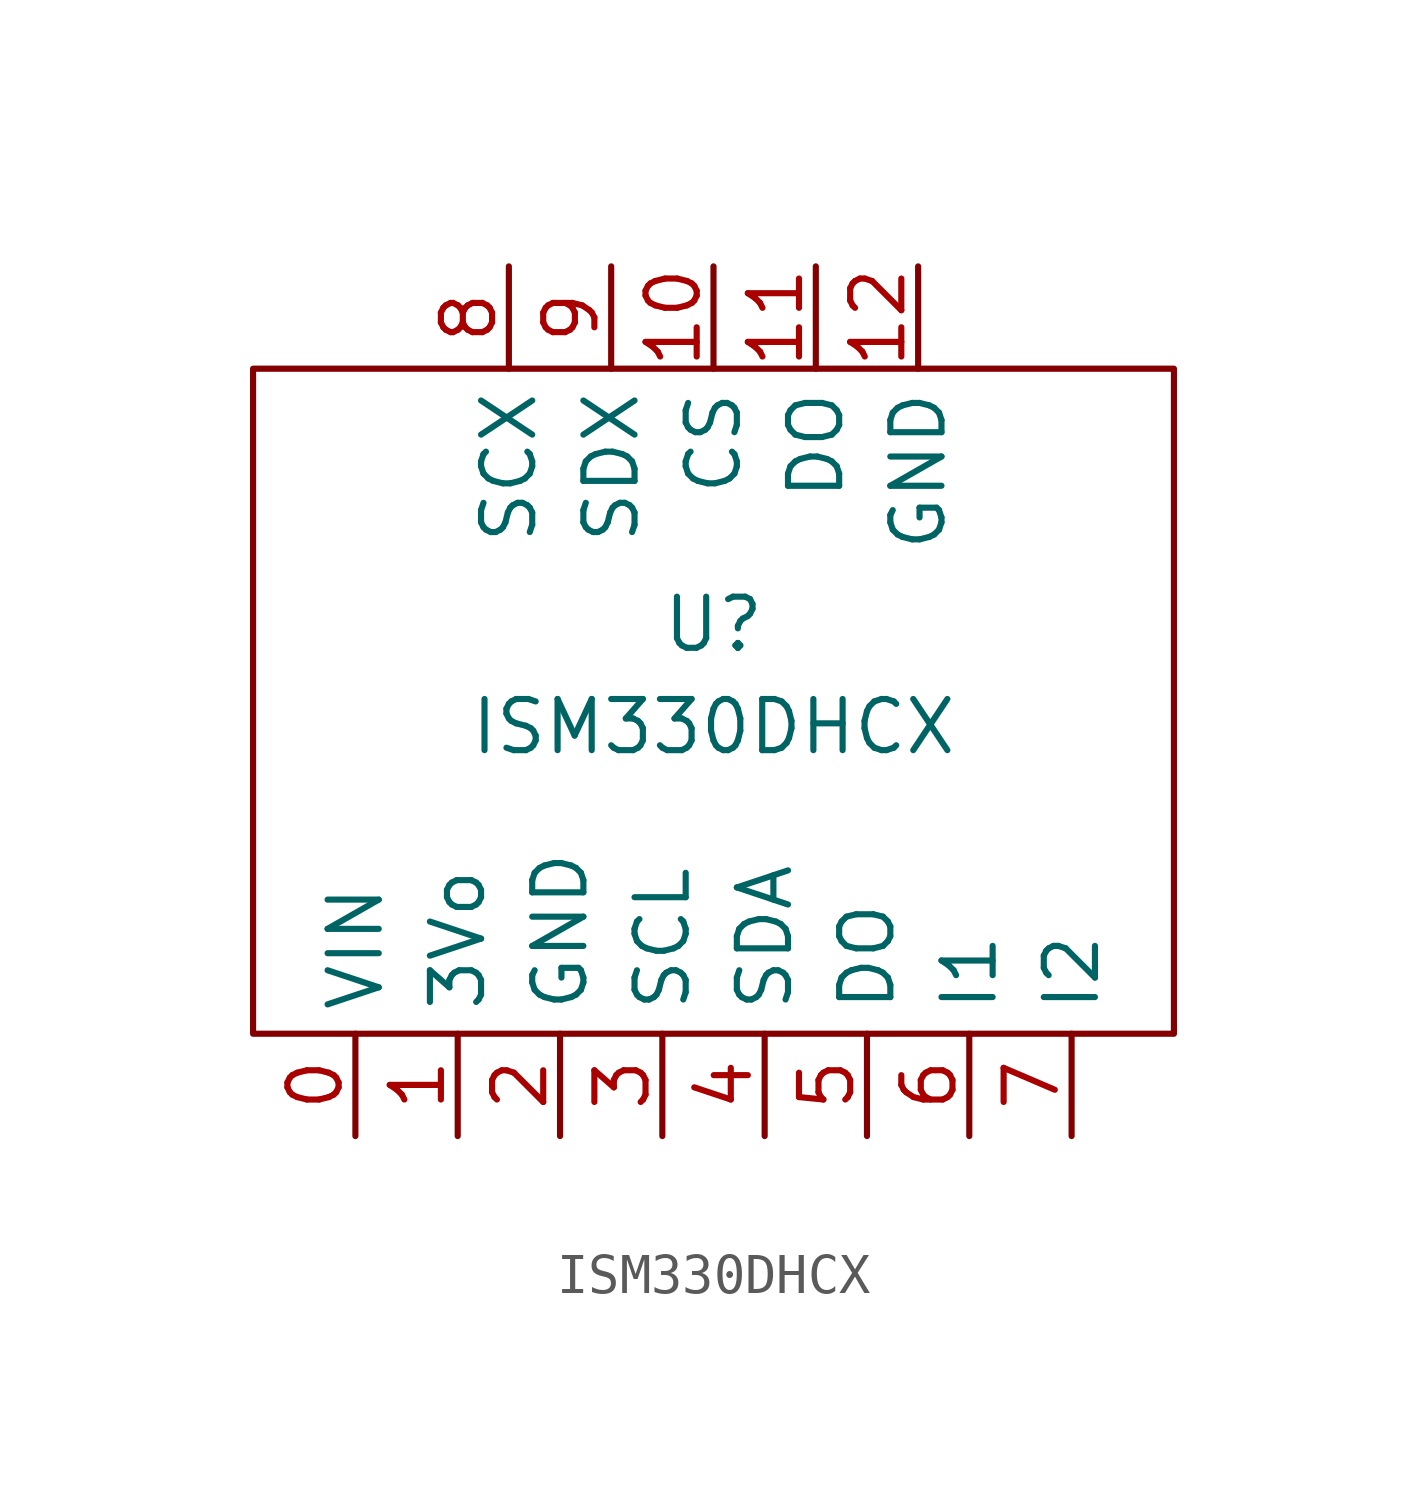
<source format=kicad_sym>
(kicad_symbol_lib
  (version 20211014)
  (generator kicad_symbol_editor)
  (symbol "ISM330DHCX"
    (property "Reference" "U"
      (at 0 2.54 0)
      (effects (font (size 1.27 1.27))))
    (property "Value" "ISM330DHCX"
      (at 0 0 0)
      (effects (font (size 1.27 1.27))))
    (symbol "ISM330DHCX_0_1"
      (rectangle (start -11.43 8.89) (end 11.43 -7.62) (stroke (width 0) (type default) (color 0 0 0 0)) (fill (type none))))
    (symbol "ISM330DHCX_1_1"
      (pin input line (at -8.89 -10.16 90) (length 2.54) (name "VIN" (effects (font (size 1.27 1.27)))) (number "0" (effects (font (size 1.27 1.27)))))
      (pin input line (at -6.35 -10.16 90) (length 2.54) (name "3Vo" (effects (font (size 1.27 1.27)))) (number "1" (effects (font (size 1.27 1.27)))))
      (pin input line (at 0 11.43 270) (length 2.54) (name "CS" (effects (font (size 1.27 1.27)))) (number "10" (effects (font (size 1.27 1.27)))))
      (pin input line (at 2.54 11.43 270) (length 2.54) (name "DO" (effects (font (size 1.27 1.27)))) (number "11" (effects (font (size 1.27 1.27)))))
      (pin output line (at 5.08 11.43 270) (length 2.54) (name "GND" (effects (font (size 1.27 1.27)))) (number "12" (effects (font (size 1.27 1.27)))))
      (pin input line (at -3.81 -10.16 90) (length 2.54) (name "GND" (effects (font (size 1.27 1.27)))) (number "2" (effects (font (size 1.27 1.27)))))
      (pin input line (at -1.27 -10.16 90) (length 2.54) (name "SCL" (effects (font (size 1.27 1.27)))) (number "3" (effects (font (size 1.27 1.27)))))
      (pin output line (at 1.27 -10.16 90) (length 2.54) (name "SDA" (effects (font (size 1.27 1.27)))) (number "4" (effects (font (size 1.27 1.27)))))
      (pin input line (at 3.81 -10.16 90) (length 2.54) (name "DO" (effects (font (size 1.27 1.27)))) (number "5" (effects (font (size 1.27 1.27)))))
      (pin input line (at 6.35 -10.16 90) (length 2.54) (name "I1" (effects (font (size 1.27 1.27)))) (number "6" (effects (font (size 1.27 1.27)))))
      (pin input line (at 8.89 -10.16 90) (length 2.54) (name "I2" (effects (font (size 1.27 1.27)))) (number "7" (effects (font (size 1.27 1.27)))))
      (pin input line (at -5.08 11.43 270) (length 2.54) (name "SCX" (effects (font (size 1.27 1.27)))) (number "8" (effects (font (size 1.27 1.27)))))
      (pin input line (at -2.54 11.43 270) (length 2.54) (name "SDX" (effects (font (size 1.27 1.27)))) (number "9" (effects (font (size 1.27 1.27))))))))
</source>
